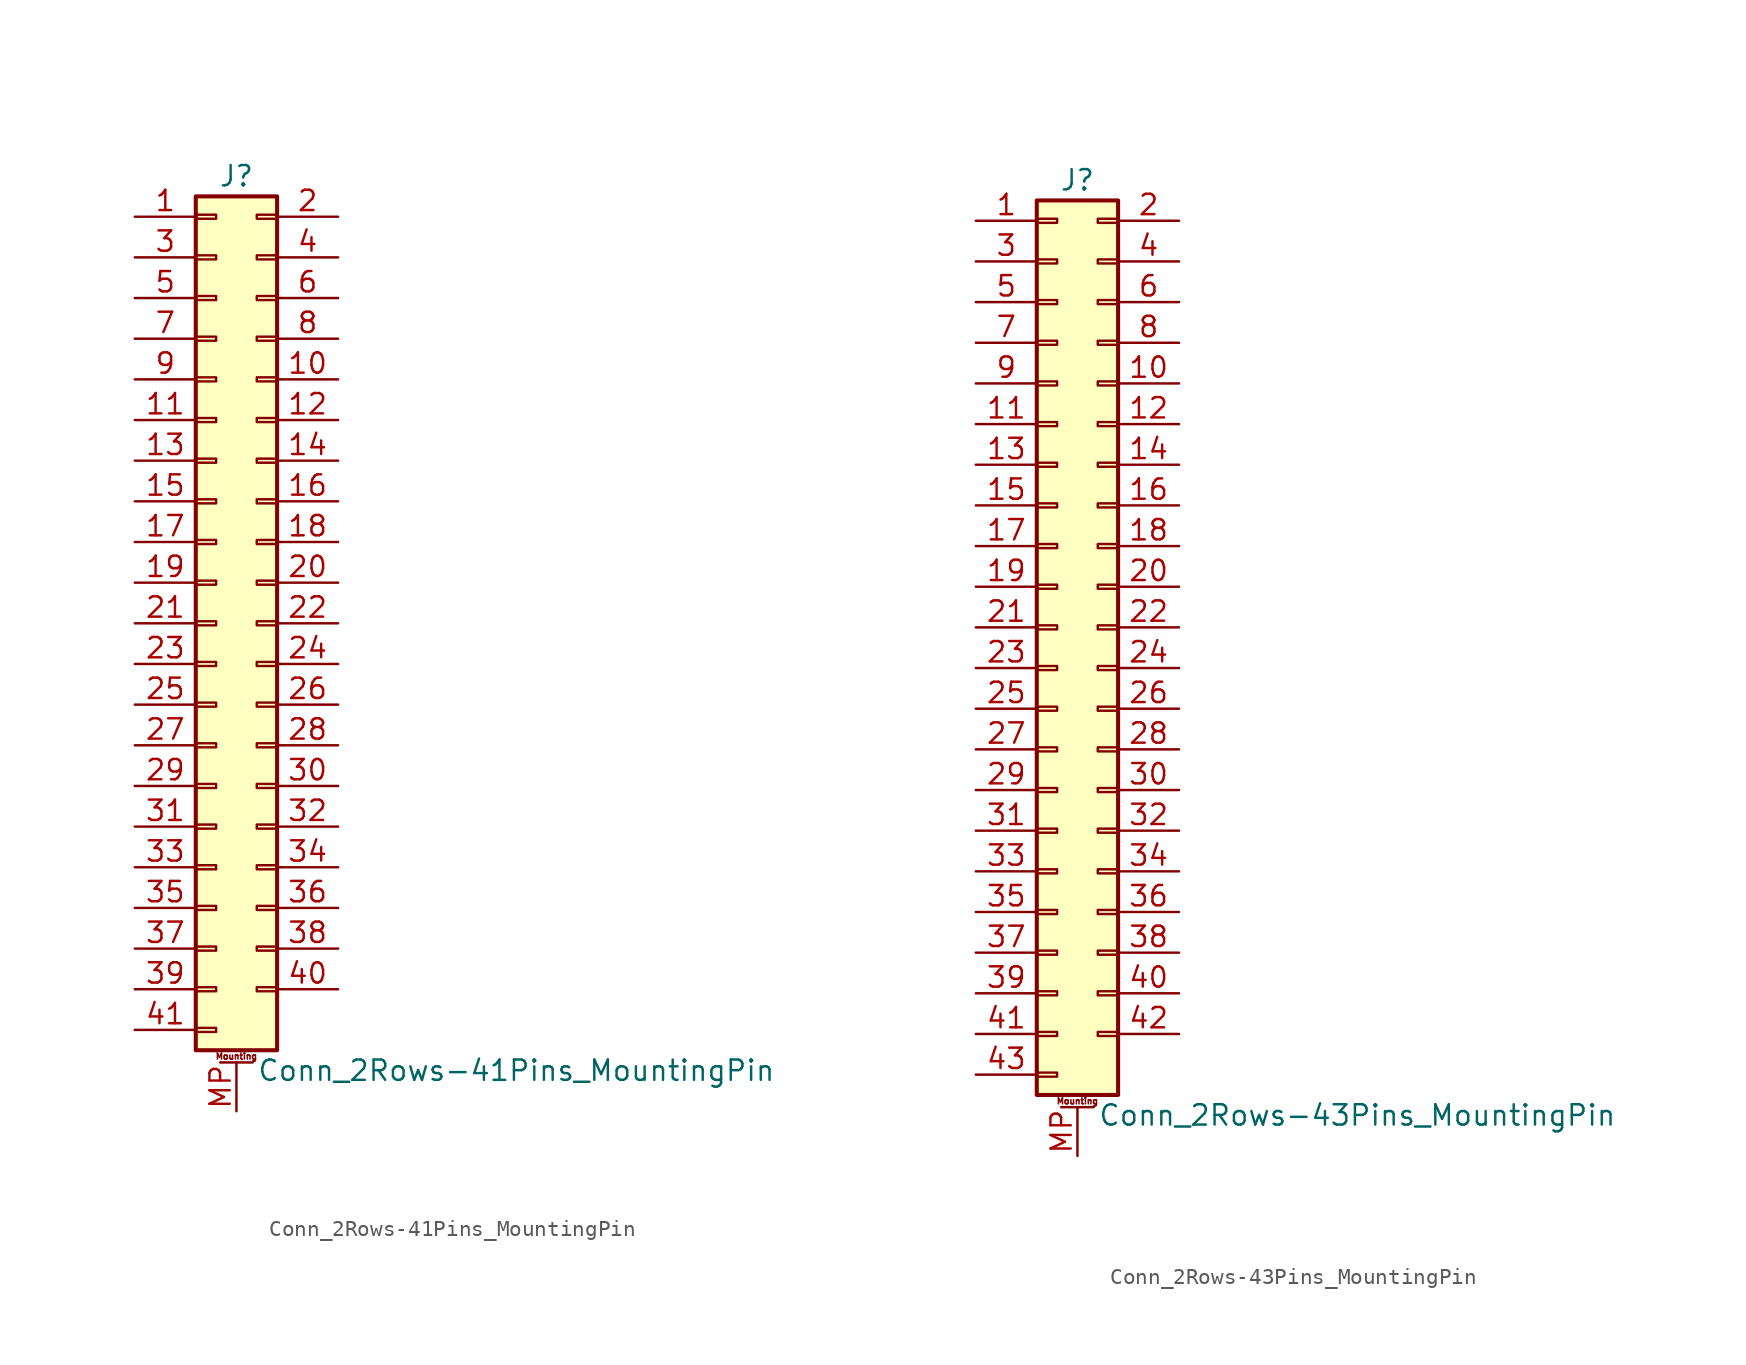
<source format=kicad_sym>
(kicad_symbol_lib
  (version 20201005)
  (generator kicad_symbol_editor)
  (symbol "Conn_2Rows-41Pins_MountingPin"
    (pin_names
      (offset 1.016) hide)
    (property "Reference" "J"
      (at 1.27 27.94 0)
      (effects (font (size 1.27 1.27))))
    (property "Value" "Conn_2Rows-41Pins_MountingPin"
      (at 2.54 -27.94 0)
      (effects (font (size 1.27 1.27)) (justify left)))
    (symbol "Conn_2Rows-41Pins_MountingPin_1_1"
      (text "Mounting" (at 1.27 -27.051 0) (effects (font (size 0.381 0.381))))
      (rectangle (start -1.27 -25.273) (end 0 -25.527) (stroke (width 0.152)) (fill (type none)))
      (rectangle (start -1.27 -22.733) (end 0 -22.987) (stroke (width 0.152)) (fill (type none)))
      (rectangle (start -1.27 -20.193) (end 0 -20.447) (stroke (width 0.152)) (fill (type none)))
      (rectangle (start -1.27 -17.653) (end 0 -17.907) (stroke (width 0.152)) (fill (type none)))
      (rectangle (start -1.27 -15.113) (end 0 -15.367) (stroke (width 0.152)) (fill (type none)))
      (rectangle (start -1.27 -12.573) (end 0 -12.827) (stroke (width 0.152)) (fill (type none)))
      (rectangle (start -1.27 -10.033) (end 0 -10.287) (stroke (width 0.152)) (fill (type none)))
      (rectangle (start -1.27 -7.493) (end 0 -7.747) (stroke (width 0.152)) (fill (type none)))
      (rectangle (start -1.27 -4.953) (end 0 -5.207) (stroke (width 0.152)) (fill (type none)))
      (rectangle (start -1.27 -2.413) (end 0 -2.667) (stroke (width 0.152)) (fill (type none)))
      (rectangle (start -1.27 0.127) (end 0 -0.127) (stroke (width 0.152)) (fill (type none)))
      (rectangle (start -1.27 2.667) (end 0 2.413) (stroke (width 0.152)) (fill (type none)))
      (rectangle (start -1.27 5.207) (end 0 4.953) (stroke (width 0.152)) (fill (type none)))
      (rectangle (start -1.27 7.747) (end 0 7.493) (stroke (width 0.152)) (fill (type none)))
      (rectangle (start -1.27 10.287) (end 0 10.033) (stroke (width 0.152)) (fill (type none)))
      (rectangle (start -1.27 12.827) (end 0 12.573) (stroke (width 0.152)) (fill (type none)))
      (rectangle (start -1.27 15.367) (end 0 15.113) (stroke (width 0.152)) (fill (type none)))
      (rectangle (start -1.27 17.907) (end 0 17.653) (stroke (width 0.152)) (fill (type none)))
      (rectangle (start -1.27 20.447) (end 0 20.193) (stroke (width 0.152)) (fill (type none)))
      (rectangle (start -1.27 22.987) (end 0 22.733) (stroke (width 0.152)) (fill (type none)))
      (rectangle (start -1.27 25.527) (end 0 25.273) (stroke (width 0.152)) (fill (type none)))
      (rectangle (start -1.27 26.67) (end 3.81 -26.67) (stroke (width 0.254)) (fill (type background)))
      (rectangle (start 3.81 -22.733) (end 2.54 -22.987) (stroke (width 0.152)) (fill (type none)))
      (rectangle (start 3.81 -20.193) (end 2.54 -20.447) (stroke (width 0.152)) (fill (type none)))
      (rectangle (start 3.81 -17.653) (end 2.54 -17.907) (stroke (width 0.152)) (fill (type none)))
      (rectangle (start 3.81 -15.113) (end 2.54 -15.367) (stroke (width 0.152)) (fill (type none)))
      (rectangle (start 3.81 -12.573) (end 2.54 -12.827) (stroke (width 0.152)) (fill (type none)))
      (rectangle (start 3.81 -10.033) (end 2.54 -10.287) (stroke (width 0.152)) (fill (type none)))
      (rectangle (start 3.81 -7.493) (end 2.54 -7.747) (stroke (width 0.152)) (fill (type none)))
      (rectangle (start 3.81 -4.953) (end 2.54 -5.207) (stroke (width 0.152)) (fill (type none)))
      (rectangle (start 3.81 -2.413) (end 2.54 -2.667) (stroke (width 0.152)) (fill (type none)))
      (rectangle (start 3.81 0.127) (end 2.54 -0.127) (stroke (width 0.152)) (fill (type none)))
      (rectangle (start 3.81 2.667) (end 2.54 2.413) (stroke (width 0.152)) (fill (type none)))
      (rectangle (start 3.81 5.207) (end 2.54 4.953) (stroke (width 0.152)) (fill (type none)))
      (rectangle (start 3.81 7.747) (end 2.54 7.493) (stroke (width 0.152)) (fill (type none)))
      (rectangle (start 3.81 10.287) (end 2.54 10.033) (stroke (width 0.152)) (fill (type none)))
      (rectangle (start 3.81 12.827) (end 2.54 12.573) (stroke (width 0.152)) (fill (type none)))
      (rectangle (start 3.81 15.367) (end 2.54 15.113) (stroke (width 0.152)) (fill (type none)))
      (rectangle (start 3.81 17.907) (end 2.54 17.653) (stroke (width 0.152)) (fill (type none)))
      (rectangle (start 3.81 20.447) (end 2.54 20.193) (stroke (width 0.152)) (fill (type none)))
      (rectangle (start 3.81 22.987) (end 2.54 22.733) (stroke (width 0.152)) (fill (type none)))
      (rectangle (start 3.81 25.527) (end 2.54 25.273) (stroke (width 0.152)) (fill (type none)))
      (polyline (pts (xy 0.254 -27.432) (xy 2.286 -27.432)) (stroke (width 0.152)) (fill (type none)))
      (pin passive line (at -5.08 25.4 0) (length 3.81) (name "Pin_1" (effects (font (size 1.27 1.27)))) (number "1" (effects (font (size 1.27 1.27)))))
      (pin passive line (at 7.62 15.24 180) (length 3.81) (name "Pin_10" (effects (font (size 1.27 1.27)))) (number "10" (effects (font (size 1.27 1.27)))))
      (pin passive line (at -5.08 12.7 0) (length 3.81) (name "Pin_11" (effects (font (size 1.27 1.27)))) (number "11" (effects (font (size 1.27 1.27)))))
      (pin passive line (at 7.62 12.7 180) (length 3.81) (name "Pin_12" (effects (font (size 1.27 1.27)))) (number "12" (effects (font (size 1.27 1.27)))))
      (pin passive line (at -5.08 10.16 0) (length 3.81) (name "Pin_13" (effects (font (size 1.27 1.27)))) (number "13" (effects (font (size 1.27 1.27)))))
      (pin passive line (at 7.62 10.16 180) (length 3.81) (name "Pin_14" (effects (font (size 1.27 1.27)))) (number "14" (effects (font (size 1.27 1.27)))))
      (pin passive line (at -5.08 7.62 0) (length 3.81) (name "Pin_15" (effects (font (size 1.27 1.27)))) (number "15" (effects (font (size 1.27 1.27)))))
      (pin passive line (at 7.62 7.62 180) (length 3.81) (name "Pin_16" (effects (font (size 1.27 1.27)))) (number "16" (effects (font (size 1.27 1.27)))))
      (pin passive line (at -5.08 5.08 0) (length 3.81) (name "Pin_17" (effects (font (size 1.27 1.27)))) (number "17" (effects (font (size 1.27 1.27)))))
      (pin passive line (at 7.62 5.08 180) (length 3.81) (name "Pin_18" (effects (font (size 1.27 1.27)))) (number "18" (effects (font (size 1.27 1.27)))))
      (pin passive line (at -5.08 2.54 0) (length 3.81) (name "Pin_19" (effects (font (size 1.27 1.27)))) (number "19" (effects (font (size 1.27 1.27)))))
      (pin passive line (at 7.62 25.4 180) (length 3.81) (name "Pin_2" (effects (font (size 1.27 1.27)))) (number "2" (effects (font (size 1.27 1.27)))))
      (pin passive line (at 7.62 2.54 180) (length 3.81) (name "Pin_20" (effects (font (size 1.27 1.27)))) (number "20" (effects (font (size 1.27 1.27)))))
      (pin passive line (at -5.08 0 0) (length 3.81) (name "Pin_21" (effects (font (size 1.27 1.27)))) (number "21" (effects (font (size 1.27 1.27)))))
      (pin passive line (at 7.62 0 180) (length 3.81) (name "Pin_22" (effects (font (size 1.27 1.27)))) (number "22" (effects (font (size 1.27 1.27)))))
      (pin passive line (at -5.08 -2.54 0) (length 3.81) (name "Pin_23" (effects (font (size 1.27 1.27)))) (number "23" (effects (font (size 1.27 1.27)))))
      (pin passive line (at 7.62 -2.54 180) (length 3.81) (name "Pin_24" (effects (font (size 1.27 1.27)))) (number "24" (effects (font (size 1.27 1.27)))))
      (pin passive line (at -5.08 -5.08 0) (length 3.81) (name "Pin_25" (effects (font (size 1.27 1.27)))) (number "25" (effects (font (size 1.27 1.27)))))
      (pin passive line (at 7.62 -5.08 180) (length 3.81) (name "Pin_26" (effects (font (size 1.27 1.27)))) (number "26" (effects (font (size 1.27 1.27)))))
      (pin passive line (at -5.08 -7.62 0) (length 3.81) (name "Pin_27" (effects (font (size 1.27 1.27)))) (number "27" (effects (font (size 1.27 1.27)))))
      (pin passive line (at 7.62 -7.62 180) (length 3.81) (name "Pin_28" (effects (font (size 1.27 1.27)))) (number "28" (effects (font (size 1.27 1.27)))))
      (pin passive line (at -5.08 -10.16 0) (length 3.81) (name "Pin_29" (effects (font (size 1.27 1.27)))) (number "29" (effects (font (size 1.27 1.27)))))
      (pin passive line (at -5.08 22.86 0) (length 3.81) (name "Pin_3" (effects (font (size 1.27 1.27)))) (number "3" (effects (font (size 1.27 1.27)))))
      (pin passive line (at 7.62 -10.16 180) (length 3.81) (name "Pin_30" (effects (font (size 1.27 1.27)))) (number "30" (effects (font (size 1.27 1.27)))))
      (pin passive line (at -5.08 -12.7 0) (length 3.81) (name "Pin_31" (effects (font (size 1.27 1.27)))) (number "31" (effects (font (size 1.27 1.27)))))
      (pin passive line (at 7.62 -12.7 180) (length 3.81) (name "Pin_32" (effects (font (size 1.27 1.27)))) (number "32" (effects (font (size 1.27 1.27)))))
      (pin passive line (at -5.08 -15.24 0) (length 3.81) (name "Pin_33" (effects (font (size 1.27 1.27)))) (number "33" (effects (font (size 1.27 1.27)))))
      (pin passive line (at 7.62 -15.24 180) (length 3.81) (name "Pin_34" (effects (font (size 1.27 1.27)))) (number "34" (effects (font (size 1.27 1.27)))))
      (pin passive line (at -5.08 -17.78 0) (length 3.81) (name "Pin_35" (effects (font (size 1.27 1.27)))) (number "35" (effects (font (size 1.27 1.27)))))
      (pin passive line (at 7.62 -17.78 180) (length 3.81) (name "Pin_36" (effects (font (size 1.27 1.27)))) (number "36" (effects (font (size 1.27 1.27)))))
      (pin passive line (at -5.08 -20.32 0) (length 3.81) (name "Pin_37" (effects (font (size 1.27 1.27)))) (number "37" (effects (font (size 1.27 1.27)))))
      (pin passive line (at 7.62 -20.32 180) (length 3.81) (name "Pin_38" (effects (font (size 1.27 1.27)))) (number "38" (effects (font (size 1.27 1.27)))))
      (pin passive line (at -5.08 -22.86 0) (length 3.81) (name "Pin_39" (effects (font (size 1.27 1.27)))) (number "39" (effects (font (size 1.27 1.27)))))
      (pin passive line (at 7.62 22.86 180) (length 3.81) (name "Pin_4" (effects (font (size 1.27 1.27)))) (number "4" (effects (font (size 1.27 1.27)))))
      (pin passive line (at 7.62 -22.86 180) (length 3.81) (name "Pin_40" (effects (font (size 1.27 1.27)))) (number "40" (effects (font (size 1.27 1.27)))))
      (pin passive line (at -5.08 -25.4 0) (length 3.81) (name "Pin_41" (effects (font (size 1.27 1.27)))) (number "41" (effects (font (size 1.27 1.27)))))
      (pin passive line (at -5.08 20.32 0) (length 3.81) (name "Pin_5" (effects (font (size 1.27 1.27)))) (number "5" (effects (font (size 1.27 1.27)))))
      (pin passive line (at 7.62 20.32 180) (length 3.81) (name "Pin_6" (effects (font (size 1.27 1.27)))) (number "6" (effects (font (size 1.27 1.27)))))
      (pin passive line (at -5.08 17.78 0) (length 3.81) (name "Pin_7" (effects (font (size 1.27 1.27)))) (number "7" (effects (font (size 1.27 1.27)))))
      (pin passive line (at 7.62 17.78 180) (length 3.81) (name "Pin_8" (effects (font (size 1.27 1.27)))) (number "8" (effects (font (size 1.27 1.27)))))
      (pin passive line (at -5.08 15.24 0) (length 3.81) (name "Pin_9" (effects (font (size 1.27 1.27)))) (number "9" (effects (font (size 1.27 1.27)))))
      (pin passive line (at 1.27 -30.48 90) (length 3.048) (name "MountPin" (effects (font (size 1.27 1.27)))) (number "MP" (effects (font (size 1.27 1.27)))))))
  (symbol "Conn_2Rows-43Pins_MountingPin"
    (pin_names
      (offset 1.016) hide)
    (property "Reference" "J"
      (at 1.27 27.94 0)
      (effects (font (size 1.27 1.27))))
    (property "Value" "Conn_2Rows-43Pins_MountingPin"
      (at 2.54 -30.48 0)
      (effects (font (size 1.27 1.27)) (justify left)))
    (symbol "Conn_2Rows-43Pins_MountingPin_1_1"
      (text "Mounting" (at 1.27 -29.591 0) (effects (font (size 0.381 0.381))))
      (rectangle (start -1.27 -27.813) (end 0 -28.067) (stroke (width 0.152)) (fill (type none)))
      (rectangle (start -1.27 -25.273) (end 0 -25.527) (stroke (width 0.152)) (fill (type none)))
      (rectangle (start -1.27 -22.733) (end 0 -22.987) (stroke (width 0.152)) (fill (type none)))
      (rectangle (start -1.27 -20.193) (end 0 -20.447) (stroke (width 0.152)) (fill (type none)))
      (rectangle (start -1.27 -17.653) (end 0 -17.907) (stroke (width 0.152)) (fill (type none)))
      (rectangle (start -1.27 -15.113) (end 0 -15.367) (stroke (width 0.152)) (fill (type none)))
      (rectangle (start -1.27 -12.573) (end 0 -12.827) (stroke (width 0.152)) (fill (type none)))
      (rectangle (start -1.27 -10.033) (end 0 -10.287) (stroke (width 0.152)) (fill (type none)))
      (rectangle (start -1.27 -7.493) (end 0 -7.747) (stroke (width 0.152)) (fill (type none)))
      (rectangle (start -1.27 -4.953) (end 0 -5.207) (stroke (width 0.152)) (fill (type none)))
      (rectangle (start -1.27 -2.413) (end 0 -2.667) (stroke (width 0.152)) (fill (type none)))
      (rectangle (start -1.27 0.127) (end 0 -0.127) (stroke (width 0.152)) (fill (type none)))
      (rectangle (start -1.27 2.667) (end 0 2.413) (stroke (width 0.152)) (fill (type none)))
      (rectangle (start -1.27 5.207) (end 0 4.953) (stroke (width 0.152)) (fill (type none)))
      (rectangle (start -1.27 7.747) (end 0 7.493) (stroke (width 0.152)) (fill (type none)))
      (rectangle (start -1.27 10.287) (end 0 10.033) (stroke (width 0.152)) (fill (type none)))
      (rectangle (start -1.27 12.827) (end 0 12.573) (stroke (width 0.152)) (fill (type none)))
      (rectangle (start -1.27 15.367) (end 0 15.113) (stroke (width 0.152)) (fill (type none)))
      (rectangle (start -1.27 17.907) (end 0 17.653) (stroke (width 0.152)) (fill (type none)))
      (rectangle (start -1.27 20.447) (end 0 20.193) (stroke (width 0.152)) (fill (type none)))
      (rectangle (start -1.27 22.987) (end 0 22.733) (stroke (width 0.152)) (fill (type none)))
      (rectangle (start -1.27 25.527) (end 0 25.273) (stroke (width 0.152)) (fill (type none)))
      (rectangle (start -1.27 26.67) (end 3.81 -29.21) (stroke (width 0.254)) (fill (type background)))
      (rectangle (start 3.81 -25.273) (end 2.54 -25.527) (stroke (width 0.152)) (fill (type none)))
      (rectangle (start 3.81 -22.733) (end 2.54 -22.987) (stroke (width 0.152)) (fill (type none)))
      (rectangle (start 3.81 -20.193) (end 2.54 -20.447) (stroke (width 0.152)) (fill (type none)))
      (rectangle (start 3.81 -17.653) (end 2.54 -17.907) (stroke (width 0.152)) (fill (type none)))
      (rectangle (start 3.81 -15.113) (end 2.54 -15.367) (stroke (width 0.152)) (fill (type none)))
      (rectangle (start 3.81 -12.573) (end 2.54 -12.827) (stroke (width 0.152)) (fill (type none)))
      (rectangle (start 3.81 -10.033) (end 2.54 -10.287) (stroke (width 0.152)) (fill (type none)))
      (rectangle (start 3.81 -7.493) (end 2.54 -7.747) (stroke (width 0.152)) (fill (type none)))
      (rectangle (start 3.81 -4.953) (end 2.54 -5.207) (stroke (width 0.152)) (fill (type none)))
      (rectangle (start 3.81 -2.413) (end 2.54 -2.667) (stroke (width 0.152)) (fill (type none)))
      (rectangle (start 3.81 0.127) (end 2.54 -0.127) (stroke (width 0.152)) (fill (type none)))
      (rectangle (start 3.81 2.667) (end 2.54 2.413) (stroke (width 0.152)) (fill (type none)))
      (rectangle (start 3.81 5.207) (end 2.54 4.953) (stroke (width 0.152)) (fill (type none)))
      (rectangle (start 3.81 7.747) (end 2.54 7.493) (stroke (width 0.152)) (fill (type none)))
      (rectangle (start 3.81 10.287) (end 2.54 10.033) (stroke (width 0.152)) (fill (type none)))
      (rectangle (start 3.81 12.827) (end 2.54 12.573) (stroke (width 0.152)) (fill (type none)))
      (rectangle (start 3.81 15.367) (end 2.54 15.113) (stroke (width 0.152)) (fill (type none)))
      (rectangle (start 3.81 17.907) (end 2.54 17.653) (stroke (width 0.152)) (fill (type none)))
      (rectangle (start 3.81 20.447) (end 2.54 20.193) (stroke (width 0.152)) (fill (type none)))
      (rectangle (start 3.81 22.987) (end 2.54 22.733) (stroke (width 0.152)) (fill (type none)))
      (rectangle (start 3.81 25.527) (end 2.54 25.273) (stroke (width 0.152)) (fill (type none)))
      (polyline (pts (xy 0.254 -29.972) (xy 2.286 -29.972)) (stroke (width 0.152)) (fill (type none)))
      (pin passive line (at -5.08 25.4 0) (length 3.81) (name "Pin_1" (effects (font (size 1.27 1.27)))) (number "1" (effects (font (size 1.27 1.27)))))
      (pin passive line (at 7.62 15.24 180) (length 3.81) (name "Pin_10" (effects (font (size 1.27 1.27)))) (number "10" (effects (font (size 1.27 1.27)))))
      (pin passive line (at -5.08 12.7 0) (length 3.81) (name "Pin_11" (effects (font (size 1.27 1.27)))) (number "11" (effects (font (size 1.27 1.27)))))
      (pin passive line (at 7.62 12.7 180) (length 3.81) (name "Pin_12" (effects (font (size 1.27 1.27)))) (number "12" (effects (font (size 1.27 1.27)))))
      (pin passive line (at -5.08 10.16 0) (length 3.81) (name "Pin_13" (effects (font (size 1.27 1.27)))) (number "13" (effects (font (size 1.27 1.27)))))
      (pin passive line (at 7.62 10.16 180) (length 3.81) (name "Pin_14" (effects (font (size 1.27 1.27)))) (number "14" (effects (font (size 1.27 1.27)))))
      (pin passive line (at -5.08 7.62 0) (length 3.81) (name "Pin_15" (effects (font (size 1.27 1.27)))) (number "15" (effects (font (size 1.27 1.27)))))
      (pin passive line (at 7.62 7.62 180) (length 3.81) (name "Pin_16" (effects (font (size 1.27 1.27)))) (number "16" (effects (font (size 1.27 1.27)))))
      (pin passive line (at -5.08 5.08 0) (length 3.81) (name "Pin_17" (effects (font (size 1.27 1.27)))) (number "17" (effects (font (size 1.27 1.27)))))
      (pin passive line (at 7.62 5.08 180) (length 3.81) (name "Pin_18" (effects (font (size 1.27 1.27)))) (number "18" (effects (font (size 1.27 1.27)))))
      (pin passive line (at -5.08 2.54 0) (length 3.81) (name "Pin_19" (effects (font (size 1.27 1.27)))) (number "19" (effects (font (size 1.27 1.27)))))
      (pin passive line (at 7.62 25.4 180) (length 3.81) (name "Pin_2" (effects (font (size 1.27 1.27)))) (number "2" (effects (font (size 1.27 1.27)))))
      (pin passive line (at 7.62 2.54 180) (length 3.81) (name "Pin_20" (effects (font (size 1.27 1.27)))) (number "20" (effects (font (size 1.27 1.27)))))
      (pin passive line (at -5.08 0 0) (length 3.81) (name "Pin_21" (effects (font (size 1.27 1.27)))) (number "21" (effects (font (size 1.27 1.27)))))
      (pin passive line (at 7.62 0 180) (length 3.81) (name "Pin_22" (effects (font (size 1.27 1.27)))) (number "22" (effects (font (size 1.27 1.27)))))
      (pin passive line (at -5.08 -2.54 0) (length 3.81) (name "Pin_23" (effects (font (size 1.27 1.27)))) (number "23" (effects (font (size 1.27 1.27)))))
      (pin passive line (at 7.62 -2.54 180) (length 3.81) (name "Pin_24" (effects (font (size 1.27 1.27)))) (number "24" (effects (font (size 1.27 1.27)))))
      (pin passive line (at -5.08 -5.08 0) (length 3.81) (name "Pin_25" (effects (font (size 1.27 1.27)))) (number "25" (effects (font (size 1.27 1.27)))))
      (pin passive line (at 7.62 -5.08 180) (length 3.81) (name "Pin_26" (effects (font (size 1.27 1.27)))) (number "26" (effects (font (size 1.27 1.27)))))
      (pin passive line (at -5.08 -7.62 0) (length 3.81) (name "Pin_27" (effects (font (size 1.27 1.27)))) (number "27" (effects (font (size 1.27 1.27)))))
      (pin passive line (at 7.62 -7.62 180) (length 3.81) (name "Pin_28" (effects (font (size 1.27 1.27)))) (number "28" (effects (font (size 1.27 1.27)))))
      (pin passive line (at -5.08 -10.16 0) (length 3.81) (name "Pin_29" (effects (font (size 1.27 1.27)))) (number "29" (effects (font (size 1.27 1.27)))))
      (pin passive line (at -5.08 22.86 0) (length 3.81) (name "Pin_3" (effects (font (size 1.27 1.27)))) (number "3" (effects (font (size 1.27 1.27)))))
      (pin passive line (at 7.62 -10.16 180) (length 3.81) (name "Pin_30" (effects (font (size 1.27 1.27)))) (number "30" (effects (font (size 1.27 1.27)))))
      (pin passive line (at -5.08 -12.7 0) (length 3.81) (name "Pin_31" (effects (font (size 1.27 1.27)))) (number "31" (effects (font (size 1.27 1.27)))))
      (pin passive line (at 7.62 -12.7 180) (length 3.81) (name "Pin_32" (effects (font (size 1.27 1.27)))) (number "32" (effects (font (size 1.27 1.27)))))
      (pin passive line (at -5.08 -15.24 0) (length 3.81) (name "Pin_33" (effects (font (size 1.27 1.27)))) (number "33" (effects (font (size 1.27 1.27)))))
      (pin passive line (at 7.62 -15.24 180) (length 3.81) (name "Pin_34" (effects (font (size 1.27 1.27)))) (number "34" (effects (font (size 1.27 1.27)))))
      (pin passive line (at -5.08 -17.78 0) (length 3.81) (name "Pin_35" (effects (font (size 1.27 1.27)))) (number "35" (effects (font (size 1.27 1.27)))))
      (pin passive line (at 7.62 -17.78 180) (length 3.81) (name "Pin_36" (effects (font (size 1.27 1.27)))) (number "36" (effects (font (size 1.27 1.27)))))
      (pin passive line (at -5.08 -20.32 0) (length 3.81) (name "Pin_37" (effects (font (size 1.27 1.27)))) (number "37" (effects (font (size 1.27 1.27)))))
      (pin passive line (at 7.62 -20.32 180) (length 3.81) (name "Pin_38" (effects (font (size 1.27 1.27)))) (number "38" (effects (font (size 1.27 1.27)))))
      (pin passive line (at -5.08 -22.86 0) (length 3.81) (name "Pin_39" (effects (font (size 1.27 1.27)))) (number "39" (effects (font (size 1.27 1.27)))))
      (pin passive line (at 7.62 22.86 180) (length 3.81) (name "Pin_4" (effects (font (size 1.27 1.27)))) (number "4" (effects (font (size 1.27 1.27)))))
      (pin passive line (at 7.62 -22.86 180) (length 3.81) (name "Pin_40" (effects (font (size 1.27 1.27)))) (number "40" (effects (font (size 1.27 1.27)))))
      (pin passive line (at -5.08 -25.4 0) (length 3.81) (name "Pin_41" (effects (font (size 1.27 1.27)))) (number "41" (effects (font (size 1.27 1.27)))))
      (pin passive line (at 7.62 -25.4 180) (length 3.81) (name "Pin_42" (effects (font (size 1.27 1.27)))) (number "42" (effects (font (size 1.27 1.27)))))
      (pin passive line (at -5.08 -27.94 0) (length 3.81) (name "Pin_43" (effects (font (size 1.27 1.27)))) (number "43" (effects (font (size 1.27 1.27)))))
      (pin passive line (at -5.08 20.32 0) (length 3.81) (name "Pin_5" (effects (font (size 1.27 1.27)))) (number "5" (effects (font (size 1.27 1.27)))))
      (pin passive line (at 7.62 20.32 180) (length 3.81) (name "Pin_6" (effects (font (size 1.27 1.27)))) (number "6" (effects (font (size 1.27 1.27)))))
      (pin passive line (at -5.08 17.78 0) (length 3.81) (name "Pin_7" (effects (font (size 1.27 1.27)))) (number "7" (effects (font (size 1.27 1.27)))))
      (pin passive line (at 7.62 17.78 180) (length 3.81) (name "Pin_8" (effects (font (size 1.27 1.27)))) (number "8" (effects (font (size 1.27 1.27)))))
      (pin passive line (at -5.08 15.24 0) (length 3.81) (name "Pin_9" (effects (font (size 1.27 1.27)))) (number "9" (effects (font (size 1.27 1.27)))))
      (pin passive line (at 1.27 -33.02 90) (length 3.048) (name "MountPin" (effects (font (size 1.27 1.27)))) (number "MP" (effects (font (size 1.27 1.27))))))))
</source>
